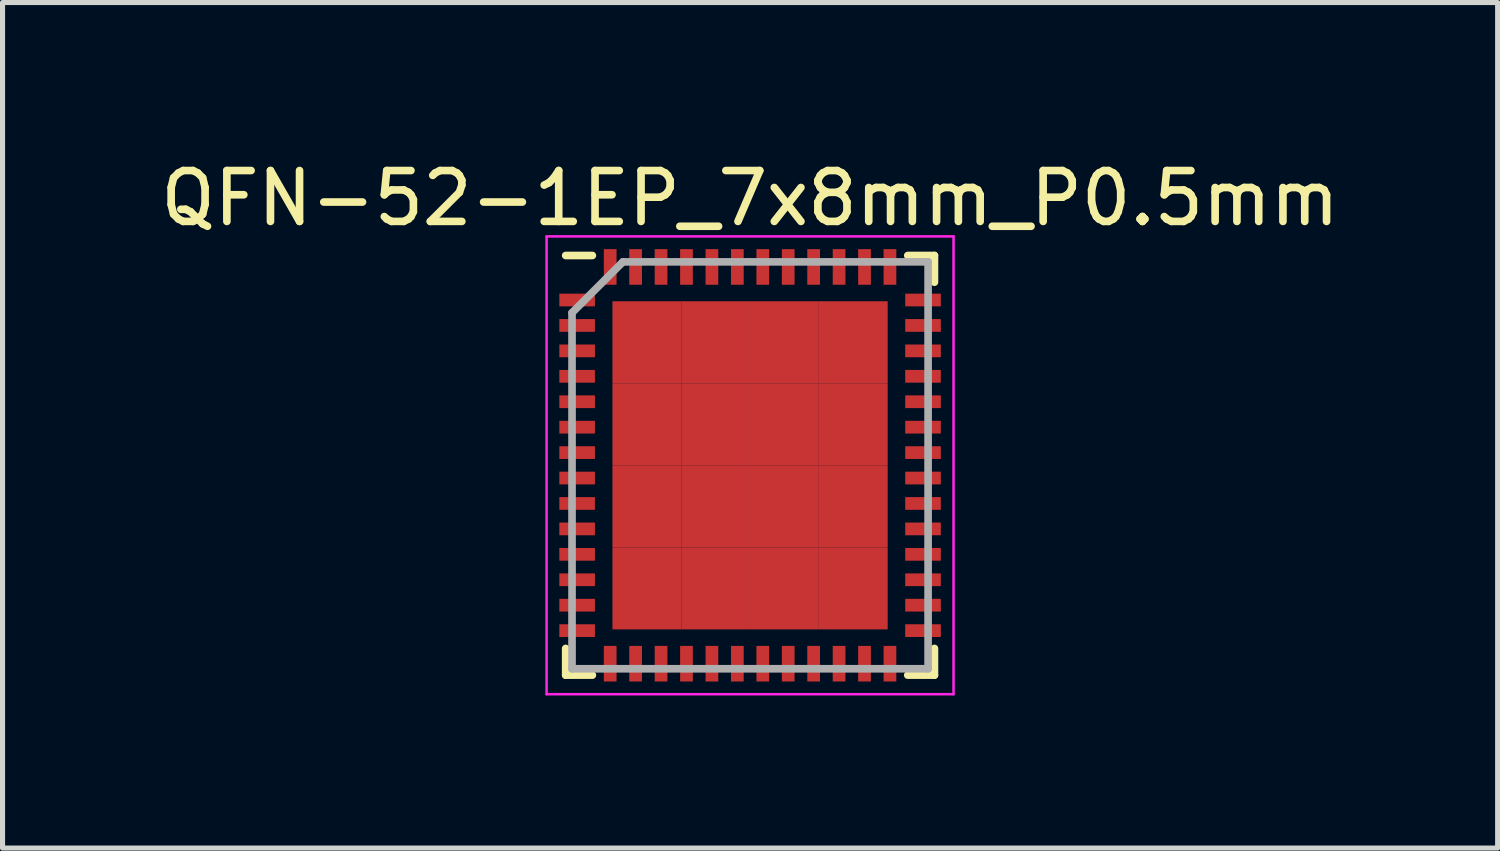
<source format=kicad_pcb>
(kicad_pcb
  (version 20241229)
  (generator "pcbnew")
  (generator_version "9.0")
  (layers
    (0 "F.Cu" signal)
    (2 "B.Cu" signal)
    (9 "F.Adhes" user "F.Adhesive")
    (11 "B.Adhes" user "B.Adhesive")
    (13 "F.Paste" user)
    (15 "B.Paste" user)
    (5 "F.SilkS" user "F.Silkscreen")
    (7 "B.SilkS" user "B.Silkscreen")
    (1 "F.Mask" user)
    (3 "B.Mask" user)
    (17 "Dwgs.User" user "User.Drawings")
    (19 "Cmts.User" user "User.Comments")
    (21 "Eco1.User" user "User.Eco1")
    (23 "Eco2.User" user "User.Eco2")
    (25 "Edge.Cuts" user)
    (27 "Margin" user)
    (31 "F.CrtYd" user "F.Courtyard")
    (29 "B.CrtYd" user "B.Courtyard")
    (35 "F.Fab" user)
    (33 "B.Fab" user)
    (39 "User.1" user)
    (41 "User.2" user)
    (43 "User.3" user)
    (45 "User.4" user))
  (footprint "QFN-52-1EP_7x8mm_P0.5mm"
    (layer "F.Cu")
    (at 11.696 6.098)
    (property "Reference" "QFN-52-1EP_7x8mm_P0.5mm" (at 0 -5.25 0) (layer "F.SilkS") (effects (font (size 1 1) (thickness 0.15))))
    (attr smd)
    (fp_line (start -3.625 -4.125) (end -3.1 -4.125) (stroke (width 0.15) (type solid)) (layer "F.SilkS"))
    (fp_line (start -3.625 4.125) (end -3.625 3.6) (stroke (width 0.15) (type solid)) (layer "F.SilkS"))
    (fp_line (start -3.625 4.125) (end -3.1 4.125) (stroke (width 0.15) (type solid)) (layer "F.SilkS"))
    (fp_line (start 3.625 -4.125) (end 3.1 -4.125) (stroke (width 0.15) (type solid)) (layer "F.SilkS"))
    (fp_line (start 3.625 -4.125) (end 3.625 -3.6) (stroke (width 0.15) (type solid)) (layer "F.SilkS"))
    (fp_line (start 3.625 4.125) (end 3.1 4.125) (stroke (width 0.15) (type solid)) (layer "F.SilkS"))
    (fp_line (start 3.625 4.125) (end 3.625 3.6) (stroke (width 0.15) (type solid)) (layer "F.SilkS"))
    (fp_line (start -4 -4.5) (end -4 4.5) (stroke (width 0.05) (type solid)) (layer "F.CrtYd"))
    (fp_line (start -4 -4.5) (end 4 -4.5) (stroke (width 0.05) (type solid)) (layer "F.CrtYd"))
    (fp_line (start -4 4.5) (end 4 4.5) (stroke (width 0.05) (type solid)) (layer "F.CrtYd"))
    (fp_line (start 4 -4.5) (end 4 4.5) (stroke (width 0.05) (type solid)) (layer "F.CrtYd"))
    (fp_line (start -3.5 -3) (end -2.5 -4) (stroke (width 0.15) (type solid)) (layer "F.Fab"))
    (fp_line (start -3.5 4) (end -3.5 -3) (stroke (width 0.15) (type solid)) (layer "F.Fab"))
    (fp_line (start -2.5 -4) (end 3.5 -4) (stroke (width 0.15) (type solid)) (layer "F.Fab"))
    (fp_line (start 3.5 -4) (end 3.5 4) (stroke (width 0.15) (type solid)) (layer "F.Fab"))
    (fp_line (start 3.5 4) (end -3.5 4) (stroke (width 0.15) (type solid)) (layer "F.Fab"))
    (pad "1" smd rect (at -3.4 -3.25) (size 0.7 0.25) (layers "F.Cu" "F.Mask" "F.Paste"))
    (pad "2" smd rect (at -3.4 -2.75) (size 0.7 0.25) (layers "F.Cu" "F.Mask" "F.Paste"))
    (pad "3" smd rect (at -3.4 -2.25) (size 0.7 0.25) (layers "F.Cu" "F.Mask" "F.Paste"))
    (pad "4" smd rect (at -3.4 -1.75) (size 0.7 0.25) (layers "F.Cu" "F.Mask" "F.Paste"))
    (pad "5" smd rect (at -3.4 -1.25) (size 0.7 0.25) (layers "F.Cu" "F.Mask" "F.Paste"))
    (pad "6" smd rect (at -3.4 -0.75) (size 0.7 0.25) (layers "F.Cu" "F.Mask" "F.Paste"))
    (pad "7" smd rect (at -3.4 -0.25) (size 0.7 0.25) (layers "F.Cu" "F.Mask" "F.Paste"))
    (pad "8" smd rect (at -3.4 0.25) (size 0.7 0.25) (layers "F.Cu" "F.Mask" "F.Paste"))
    (pad "9" smd rect (at -3.4 0.75) (size 0.7 0.25) (layers "F.Cu" "F.Mask" "F.Paste"))
    (pad "10" smd rect (at -3.4 1.25) (size 0.7 0.25) (layers "F.Cu" "F.Mask" "F.Paste"))
    (pad "11" smd rect (at -3.4 1.75) (size 0.7 0.25) (layers "F.Cu" "F.Mask" "F.Paste"))
    (pad "12" smd rect (at -3.4 2.25) (size 0.7 0.25) (layers "F.Cu" "F.Mask" "F.Paste"))
    (pad "13" smd rect (at -3.4 2.75) (size 0.7 0.25) (layers "F.Cu" "F.Mask" "F.Paste"))
    (pad "14" smd rect (at -3.4 3.25) (size 0.7 0.25) (layers "F.Cu" "F.Mask" "F.Paste"))
    (pad "15" smd rect (at -2.75 3.9 90) (size 0.7 0.25) (layers "F.Cu" "F.Mask" "F.Paste"))
    (pad "16" smd rect (at -2.25 3.9 90) (size 0.7 0.25) (layers "F.Cu" "F.Mask" "F.Paste"))
    (pad "17" smd rect (at -1.75 3.9 90) (size 0.7 0.25) (layers "F.Cu" "F.Mask" "F.Paste"))
    (pad "18" smd rect (at -1.25 3.9 90) (size 0.7 0.25) (layers "F.Cu" "F.Mask" "F.Paste"))
    (pad "19" smd rect (at -0.75 3.9 90) (size 0.7 0.25) (layers "F.Cu" "F.Mask" "F.Paste"))
    (pad "20" smd rect (at -0.25 3.9 90) (size 0.7 0.25) (layers "F.Cu" "F.Mask" "F.Paste"))
    (pad "21" smd rect (at 0.25 3.9 90) (size 0.7 0.25) (layers "F.Cu" "F.Mask" "F.Paste"))
    (pad "22" smd rect (at 0.75 3.9 90) (size 0.7 0.25) (layers "F.Cu" "F.Mask" "F.Paste"))
    (pad "23" smd rect (at 1.25 3.9 90) (size 0.7 0.25) (layers "F.Cu" "F.Mask" "F.Paste"))
    (pad "24" smd rect (at 1.75 3.9 90) (size 0.7 0.25) (layers "F.Cu" "F.Mask" "F.Paste"))
    (pad "25" smd rect (at 2.25 3.9 90) (size 0.7 0.25) (layers "F.Cu" "F.Mask" "F.Paste"))
    (pad "26" smd rect (at 2.75 3.9 90) (size 0.7 0.25) (layers "F.Cu" "F.Mask" "F.Paste"))
    (pad "27" smd rect (at 3.4 3.25) (size 0.7 0.25) (layers "F.Cu" "F.Mask" "F.Paste"))
    (pad "28" smd rect (at 3.4 2.75) (size 0.7 0.25) (layers "F.Cu" "F.Mask" "F.Paste"))
    (pad "29" smd rect (at 3.4 2.25) (size 0.7 0.25) (layers "F.Cu" "F.Mask" "F.Paste"))
    (pad "30" smd rect (at 3.4 1.75) (size 0.7 0.25) (layers "F.Cu" "F.Mask" "F.Paste"))
    (pad "31" smd rect (at 3.4 1.25) (size 0.7 0.25) (layers "F.Cu" "F.Mask" "F.Paste"))
    (pad "32" smd rect (at 3.4 0.75) (size 0.7 0.25) (layers "F.Cu" "F.Mask" "F.Paste"))
    (pad "33" smd rect (at 3.4 0.25) (size 0.7 0.25) (layers "F.Cu" "F.Mask" "F.Paste"))
    (pad "34" smd rect (at 3.4 -0.25) (size 0.7 0.25) (layers "F.Cu" "F.Mask" "F.Paste"))
    (pad "35" smd rect (at 3.4 -0.75) (size 0.7 0.25) (layers "F.Cu" "F.Mask" "F.Paste"))
    (pad "36" smd rect (at 3.4 -1.25) (size 0.7 0.25) (layers "F.Cu" "F.Mask" "F.Paste"))
    (pad "37" smd rect (at 3.4 -1.75) (size 0.7 0.25) (layers "F.Cu" "F.Mask" "F.Paste"))
    (pad "38" smd rect (at 3.4 -2.25) (size 0.7 0.25) (layers "F.Cu" "F.Mask" "F.Paste"))
    (pad "39" smd rect (at 3.4 -2.75) (size 0.7 0.25) (layers "F.Cu" "F.Mask" "F.Paste"))
    (pad "40" smd rect (at 3.4 -3.25) (size 0.7 0.25) (layers "F.Cu" "F.Mask" "F.Paste"))
    (pad "41" smd rect (at 2.75 -3.9 90) (size 0.7 0.25) (layers "F.Cu" "F.Mask" "F.Paste"))
    (pad "42" smd rect (at 2.25 -3.9 90) (size 0.7 0.25) (layers "F.Cu" "F.Mask" "F.Paste"))
    (pad "43" smd rect (at 1.75 -3.9 90) (size 0.7 0.25) (layers "F.Cu" "F.Mask" "F.Paste"))
    (pad "44" smd rect (at 1.25 -3.9 90) (size 0.7 0.25) (layers "F.Cu" "F.Mask" "F.Paste"))
    (pad "45" smd rect (at 0.75 -3.9 90) (size 0.7 0.25) (layers "F.Cu" "F.Mask" "F.Paste"))
    (pad "46" smd rect (at 0.25 -3.9 90) (size 0.7 0.25) (layers "F.Cu" "F.Mask" "F.Paste"))
    (pad "47" smd rect (at -0.25 -3.9 90) (size 0.7 0.25) (layers "F.Cu" "F.Mask" "F.Paste"))
    (pad "48" smd rect (at -0.75 -3.9 90) (size 0.7 0.25) (layers "F.Cu" "F.Mask" "F.Paste"))
    (pad "49" smd rect (at -1.25 -3.9 90) (size 0.7 0.25) (layers "F.Cu" "F.Mask" "F.Paste"))
    (pad "50" smd rect (at -1.75 -3.9 90) (size 0.7 0.25) (layers "F.Cu" "F.Mask" "F.Paste"))
    (pad "51" smd rect (at -2.25 -3.9 90) (size 0.7 0.25) (layers "F.Cu" "F.Mask" "F.Paste"))
    (pad "52" smd rect (at -2.75 -3.9 90) (size 0.7 0.25) (layers "F.Cu" "F.Mask" "F.Paste"))
    (pad "53" smd rect (at -2.029 -2.419) (size 1.353 1.613) (layers "F.Cu" "F.Mask" "F.Paste"))
    (pad "53" smd rect (at -2.029 -0.806) (size 1.353 1.613) (layers "F.Cu" "F.Mask" "F.Paste"))
    (pad "53" smd rect (at -2.029 0.806) (size 1.353 1.613) (layers "F.Cu" "F.Mask" "F.Paste"))
    (pad "53" smd rect (at -2.029 2.419) (size 1.353 1.613) (layers "F.Cu" "F.Mask" "F.Paste"))
    (pad "53" smd rect (at -0.676 -2.419) (size 1.353 1.613) (layers "F.Cu" "F.Mask" "F.Paste"))
    (pad "53" smd rect (at -0.676 -0.806) (size 1.353 1.613) (layers "F.Cu" "F.Mask" "F.Paste"))
    (pad "53" smd rect (at -0.676 0.806) (size 1.353 1.613) (layers "F.Cu" "F.Mask" "F.Paste"))
    (pad "53" smd rect (at -0.676 2.419) (size 1.353 1.613) (layers "F.Cu" "F.Mask" "F.Paste"))
    (pad "53" smd rect (at 0.676 -2.419) (size 1.353 1.613) (layers "F.Cu" "F.Mask" "F.Paste"))
    (pad "53" smd rect (at 0.676 -0.806) (size 1.353 1.613) (layers "F.Cu" "F.Mask" "F.Paste"))
    (pad "53" smd rect (at 0.676 0.806) (size 1.353 1.613) (layers "F.Cu" "F.Mask" "F.Paste"))
    (pad "53" smd rect (at 0.676 2.419) (size 1.353 1.613) (layers "F.Cu" "F.Mask" "F.Paste"))
    (pad "53" smd rect (at 2.029 -2.419) (size 1.353 1.613) (layers "F.Cu" "F.Mask" "F.Paste"))
    (pad "53" smd rect (at 2.029 -0.806) (size 1.353 1.613) (layers "F.Cu" "F.Mask" "F.Paste"))
    (pad "53" smd rect (at 2.029 0.806) (size 1.353 1.613) (layers "F.Cu" "F.Mask" "F.Paste"))
    (pad "53" smd rect (at 2.029 2.419) (size 1.353 1.613) (layers "F.Cu" "F.Mask" "F.Paste")))
  (gr_rect
    (start -3 -3)
    (end 26.393 13.623)
    (stroke (width 0.1) (type default))
    (fill no)
    (layer "Edge.Cuts")))
</source>
